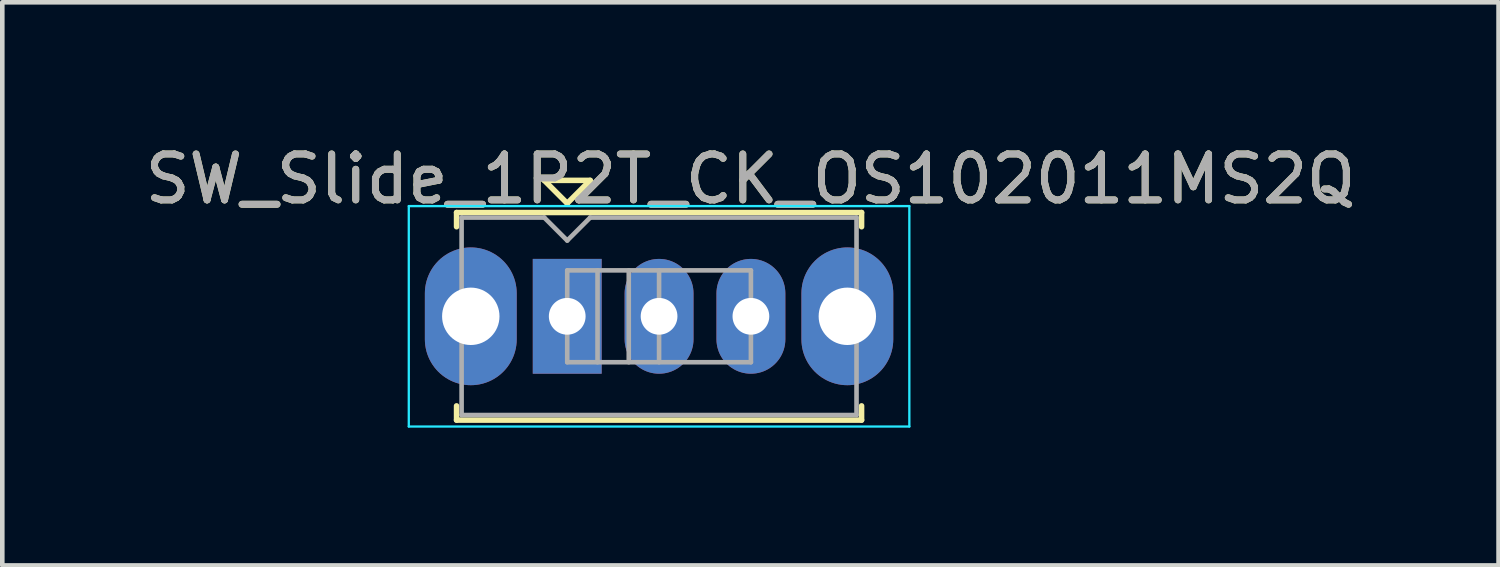
<source format=kicad_pcb>
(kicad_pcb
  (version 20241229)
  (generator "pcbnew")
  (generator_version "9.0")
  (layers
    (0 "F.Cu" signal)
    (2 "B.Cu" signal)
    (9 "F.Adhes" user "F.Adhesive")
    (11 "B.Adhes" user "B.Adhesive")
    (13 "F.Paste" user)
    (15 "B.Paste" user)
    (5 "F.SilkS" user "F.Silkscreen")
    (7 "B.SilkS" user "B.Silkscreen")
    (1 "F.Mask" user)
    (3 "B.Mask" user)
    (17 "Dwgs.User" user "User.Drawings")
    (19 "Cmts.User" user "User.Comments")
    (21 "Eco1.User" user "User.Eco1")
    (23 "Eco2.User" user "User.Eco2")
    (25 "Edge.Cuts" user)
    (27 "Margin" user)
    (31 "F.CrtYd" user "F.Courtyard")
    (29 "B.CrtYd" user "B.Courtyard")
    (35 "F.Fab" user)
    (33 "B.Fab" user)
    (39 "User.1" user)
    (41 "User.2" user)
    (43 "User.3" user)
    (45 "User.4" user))
  (footprint "SW_Slide_1P2T_CK_OS102011MS2Q"
    (layer "F.Cu")
    (at 9.302 3.838)
    (property "Reference" "SW_Slide_1P2T_CK_OS102011MS2Q" (at 3.99 -2.99 0) (layer "F.SilkS") (effects (font (size 1 1) (thickness 0.15))))
    (attr through_hole)
    (fp_line (start -2.41 -2.26) (end 6.41 -2.26) (stroke (width 0.12) (type solid)) (layer "F.SilkS"))
    (fp_line (start -2.41 -1.95) (end -2.41 -2.26) (stroke (width 0.12) (type solid)) (layer "F.SilkS"))
    (fp_line (start -2.41 2.26) (end -2.41 1.95) (stroke (width 0.12) (type solid)) (layer "F.SilkS"))
    (fp_line (start -0.5 -2.96) (end 0 -2.46) (stroke (width 0.12) (type solid)) (layer "F.SilkS"))
    (fp_line (start 0 -2.46) (end 0.5 -2.96) (stroke (width 0.12) (type solid)) (layer "F.SilkS"))
    (fp_line (start 0.5 -2.96) (end -0.5 -2.96) (stroke (width 0.12) (type solid)) (layer "F.SilkS"))
    (fp_line (start 6.41 -2.26) (end 6.41 -1.95) (stroke (width 0.12) (type solid)) (layer "F.SilkS"))
    (fp_line (start 6.41 2.26) (end -2.41 2.26) (stroke (width 0.12) (type solid)) (layer "F.SilkS"))
    (fp_line (start 6.41 2.26) (end 6.41 1.95) (stroke (width 0.12) (type solid)) (layer "F.SilkS"))
    (fp_line (start -3.45 -2.4) (end 7.45 -2.4) (stroke (width 0.05) (type solid)) (layer "B.CrtYd"))
    (fp_line (start -3.45 2.4) (end -3.45 -2.4) (stroke (width 0.05) (type solid)) (layer "B.CrtYd"))
    (fp_line (start 7.45 -2.4) (end 7.45 2.4) (stroke (width 0.05) (type solid)) (layer "B.CrtYd"))
    (fp_line (start 7.45 2.4) (end -3.45 2.4) (stroke (width 0.05) (type solid)) (layer "B.CrtYd"))
    (fp_line (start -2.3 -2.15) (end -0.5 -2.15) (stroke (width 0.1) (type solid)) (layer "F.Fab"))
    (fp_line (start -2.3 2.15) (end -2.3 -2.15) (stroke (width 0.1) (type solid)) (layer "F.Fab"))
    (fp_line (start -0.5 -2.15) (end 0 -1.65) (stroke (width 0.1) (type solid)) (layer "F.Fab"))
    (fp_line (start 0 -1.65) (end 0.5 -2.15) (stroke (width 0.1) (type solid)) (layer "F.Fab"))
    (fp_line (start 0 -1) (end 0 1) (stroke (width 0.1) (type solid)) (layer "F.Fab"))
    (fp_line (start 0 -1) (end 4 -1) (stroke (width 0.1) (type solid)) (layer "F.Fab"))
    (fp_line (start 0 1) (end 4 1) (stroke (width 0.1) (type solid)) (layer "F.Fab"))
    (fp_line (start 0.5 -2.15) (end 6.3 -2.15) (stroke (width 0.1) (type solid)) (layer "F.Fab"))
    (fp_line (start 0.66 -1) (end 0.66 1) (stroke (width 0.1) (type solid)) (layer "F.Fab"))
    (fp_line (start 1.34 -1) (end 1.34 1) (stroke (width 0.1) (type solid)) (layer "F.Fab"))
    (fp_line (start 2 -1) (end 2 1) (stroke (width 0.1) (type solid)) (layer "F.Fab"))
    (fp_line (start 4 -1) (end 4 1) (stroke (width 0.1) (type solid)) (layer "F.Fab"))
    (fp_line (start 6.3 -2.15) (end 6.3 2.15) (stroke (width 0.1) (type solid)) (layer "F.Fab"))
    (fp_line (start 6.3 2.15) (end -2.3 2.15) (stroke (width 0.1) (type solid)) (layer "F.Fab"))
    (fp_text user "${REFERENCE}" (at 3.99 -2.99 0) (layer "F.Fab") (effects (font (size 1 1) (thickness 0.15))))
    (pad "" thru_hole oval (at -2.1 0) (size 2 3) (drill 1.25) (layers "*.Cu" "*.Mask"))
    (pad "" thru_hole oval (at 6.1 0) (size 2 3) (drill 1.25) (layers "*.Cu" "*.Mask"))
    (pad "1" thru_hole rect (at 0 0) (size 1.5 2.5) (drill 0.8) (layers "*.Cu" "*.Mask"))
    (pad "2" thru_hole oval (at 2 0) (size 1.5 2.5) (drill 0.8) (layers "*.Cu" "*.Mask"))
    (pad "3" thru_hole oval (at 4 0) (size 1.5 2.5) (drill 0.8) (layers "*.Cu" "*.Mask")))
  (gr_rect
    (start -3 -3)
    (end 29.583 9.263)
    (stroke (width 0.1) (type default))
    (fill no)
    (layer "Edge.Cuts")))
</source>
